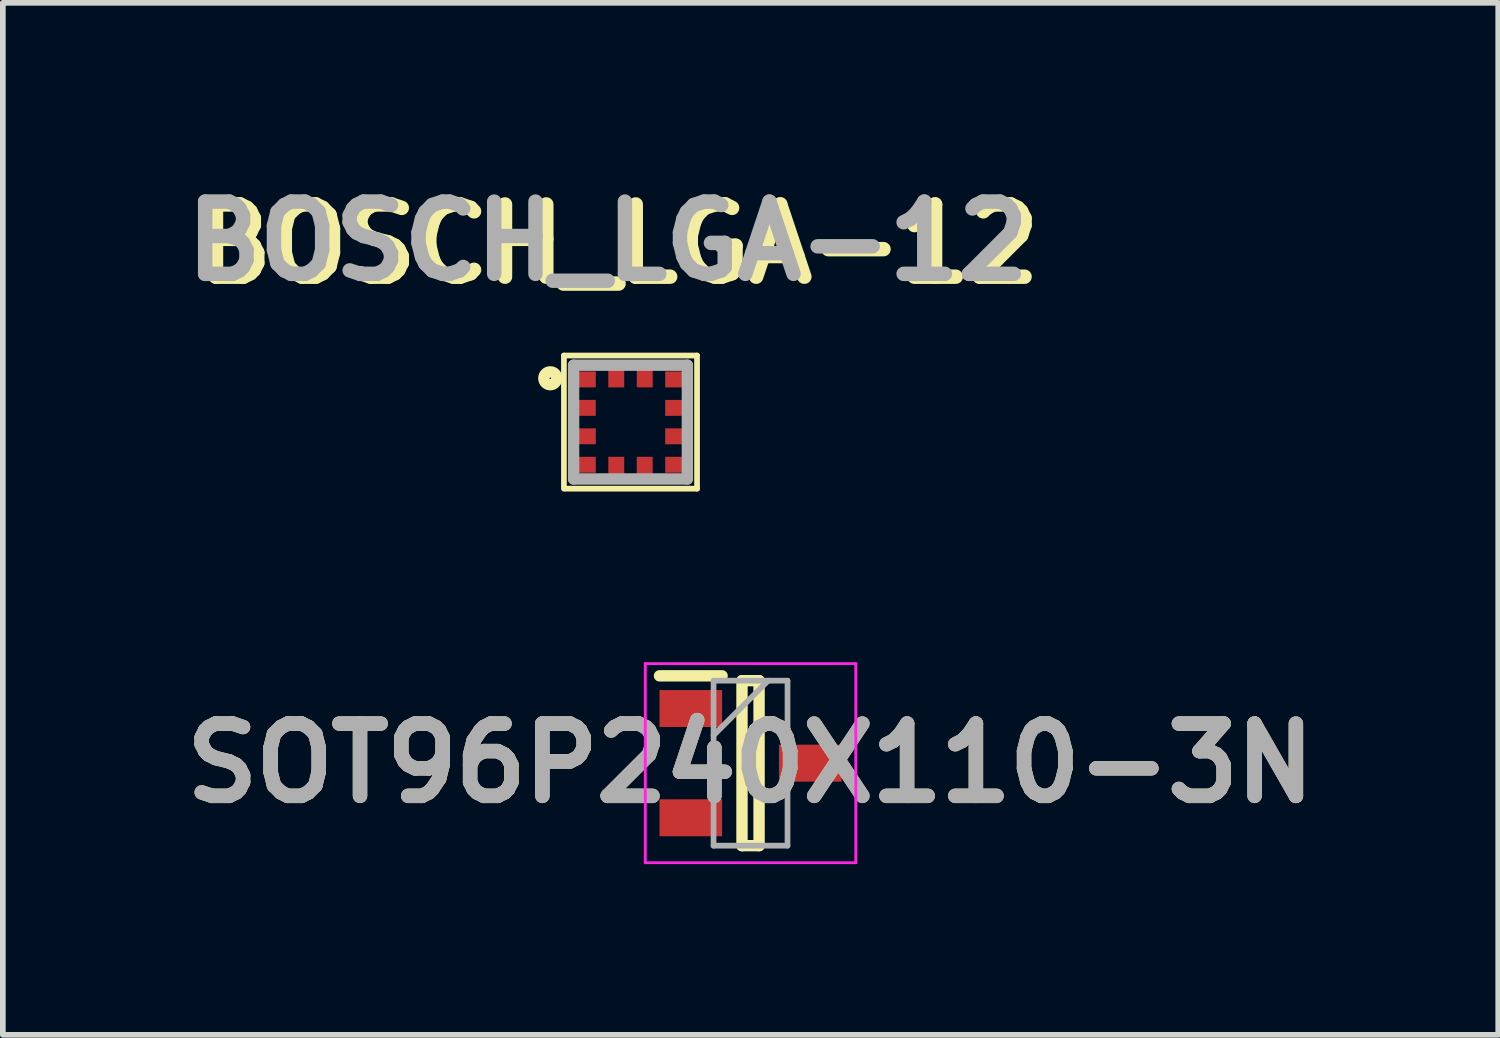
<source format=kicad_pcb>
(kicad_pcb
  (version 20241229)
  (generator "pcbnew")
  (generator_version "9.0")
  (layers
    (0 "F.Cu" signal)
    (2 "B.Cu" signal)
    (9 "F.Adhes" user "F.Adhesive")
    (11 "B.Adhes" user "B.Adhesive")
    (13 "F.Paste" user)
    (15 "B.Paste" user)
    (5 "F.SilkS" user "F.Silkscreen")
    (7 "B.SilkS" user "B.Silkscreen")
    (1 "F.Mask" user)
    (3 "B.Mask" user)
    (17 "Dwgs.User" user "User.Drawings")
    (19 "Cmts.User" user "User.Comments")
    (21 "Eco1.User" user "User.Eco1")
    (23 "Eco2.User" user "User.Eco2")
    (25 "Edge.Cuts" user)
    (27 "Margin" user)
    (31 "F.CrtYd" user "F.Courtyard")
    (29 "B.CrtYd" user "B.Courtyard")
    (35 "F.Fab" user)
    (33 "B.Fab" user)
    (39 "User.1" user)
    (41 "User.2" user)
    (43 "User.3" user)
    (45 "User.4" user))
  (footprint "SOT96P240X110-3N"
    (layer "F.Cu")
    (at 10.142 10.364)
    (property "Reference" "SOT96P240X110-3N" (at 0 0 0) (layer "F.SilkS") (effects (font (size 1.27 1.27) (thickness 0.254))))
    (attr smd)
    (fp_line (start -1.6 -1.535) (end -0.5 -1.535) (stroke (width 0.2) (type solid)) (layer "F.SilkS"))
    (fp_line (start -0.15 -1.45) (end 0.15 -1.45) (stroke (width 0.2) (type solid)) (layer "F.SilkS"))
    (fp_line (start -0.15 1.45) (end -0.15 -1.45) (stroke (width 0.2) (type solid)) (layer "F.SilkS"))
    (fp_line (start 0.15 -1.45) (end 0.15 1.45) (stroke (width 0.2) (type solid)) (layer "F.SilkS"))
    (fp_line (start 0.15 1.45) (end -0.15 1.45) (stroke (width 0.2) (type solid)) (layer "F.SilkS"))
    (fp_line (start -1.85 -1.75) (end 1.85 -1.75) (stroke (width 0.05) (type solid)) (layer "F.CrtYd"))
    (fp_line (start -1.85 1.75) (end -1.85 -1.75) (stroke (width 0.05) (type solid)) (layer "F.CrtYd"))
    (fp_line (start 1.85 -1.75) (end 1.85 1.75) (stroke (width 0.05) (type solid)) (layer "F.CrtYd"))
    (fp_line (start 1.85 1.75) (end -1.85 1.75) (stroke (width 0.05) (type solid)) (layer "F.CrtYd"))
    (fp_line (start -0.65 -1.45) (end 0.65 -1.45) (stroke (width 0.1) (type solid)) (layer "F.Fab"))
    (fp_line (start -0.65 -0.49) (end 0.31 -1.45) (stroke (width 0.1) (type solid)) (layer "F.Fab"))
    (fp_line (start -0.65 1.45) (end -0.65 -1.45) (stroke (width 0.1) (type solid)) (layer "F.Fab"))
    (fp_line (start 0.65 -1.45) (end 0.65 1.45) (stroke (width 0.1) (type solid)) (layer "F.Fab"))
    (fp_line (start 0.65 1.45) (end -0.65 1.45) (stroke (width 0.1) (type solid)) (layer "F.Fab"))
    (fp_text user "${REFERENCE}" (at 0 0 0) (layer "F.Fab") (effects (font (size 1.27 1.27) (thickness 0.254))))
    (pad "1" smd rect (at -1.05 -0.96 90) (size 0.65 1.1) (layers "F.Cu" "F.Mask" "F.Paste"))
    (pad "2" smd rect (at -1.05 0.96 90) (size 0.65 1.1) (layers "F.Cu" "F.Mask" "F.Paste"))
    (pad "3" smd rect (at 1.05 0 90) (size 0.65 1.1) (layers "F.Cu" "F.Mask" "F.Paste")))
  (footprint "BOSCH_LGA-12"
    (layer "F.Cu")
    (at 8.032 4.369)
    (property "Reference" "BOSCH_LGA-12" (at -0.21 -3.13 0) (layer "F.SilkS") (effects (font (size 1.27 1.27) (thickness 0.254))))
    (attr smd)
    (fp_line (start -1.17 -1.17) (end 1.17 -1.17) (stroke (width 0.1) (type default)) (layer "F.SilkS"))
    (fp_line (start -1.17 1.17) (end -1.17 -1.17) (stroke (width 0.1) (type default)) (layer "F.SilkS"))
    (fp_line (start -1.15 1.17) (end 1.17 1.17) (stroke (width 0.1) (type default)) (layer "F.SilkS"))
    (fp_line (start 1.17 1.17) (end 1.17 -1.17) (stroke (width 0.1) (type default)) (layer "F.SilkS"))
    (fp_circle (center -1.41 -0.77) (end -1.41 -0.757) (stroke (width 0.2) (type solid)) (fill no) (layer "F.SilkS"))
    (fp_line (start -1 -1) (end 1 -1) (stroke (width 0.2) (type solid)) (layer "F.Fab"))
    (fp_line (start -1 1) (end -1 -1) (stroke (width 0.2) (type solid)) (layer "F.Fab"))
    (fp_line (start 1 -1) (end 1 1) (stroke (width 0.2) (type solid)) (layer "F.Fab"))
    (fp_line (start 1 1) (end -1 1) (stroke (width 0.2) (type solid)) (layer "F.Fab"))
    (fp_text user "${REFERENCE}" (at -0.4 -3.18 0) (layer "F.Fab") (effects (font (size 1.27 1.27) (thickness 0.254))))
    (pad "1" smd rect (at -0.815 -0.75 90) (size 0.28 0.41) (layers "F.Cu" "F.Mask" "F.Paste"))
    (pad "2" smd rect (at -0.815 -0.25 90) (size 0.28 0.41) (layers "F.Cu" "F.Mask" "F.Paste"))
    (pad "3" smd rect (at -0.815 0.25 90) (size 0.28 0.41) (layers "F.Cu" "F.Mask" "F.Paste"))
    (pad "4" smd rect (at -0.815 0.75 90) (size 0.28 0.41) (layers "F.Cu" "F.Mask" "F.Paste"))
    (pad "5" smd rect (at -0.25 0.815) (size 0.28 0.41) (layers "F.Cu" "F.Mask" "F.Paste"))
    (pad "6" smd rect (at 0.25 0.815) (size 0.28 0.41) (layers "F.Cu" "F.Mask" "F.Paste"))
    (pad "7" smd rect (at 0.815 0.75 90) (size 0.28 0.41) (layers "F.Cu" "F.Mask" "F.Paste"))
    (pad "8" smd rect (at 0.815 0.25 90) (size 0.28 0.41) (layers "F.Cu" "F.Mask" "F.Paste"))
    (pad "9" smd rect (at 0.815 -0.25 90) (size 0.28 0.41) (layers "F.Cu" "F.Mask" "F.Paste"))
    (pad "10" smd rect (at 0.815 -0.75 90) (size 0.28 0.41) (layers "F.Cu" "F.Mask" "F.Paste"))
    (pad "11" smd rect (at 0.25 -0.815) (size 0.28 0.41) (layers "F.Cu" "F.Mask" "F.Paste"))
    (pad "12" smd rect (at -0.25 -0.815) (size 0.28 0.41) (layers "F.Cu" "F.Mask" "F.Paste")))
  (gr_rect
    (start -3 -3)
    (end 23.284 15.139)
    (stroke (width 0.1) (type default))
    (fill no)
    (layer "Edge.Cuts")))
</source>
